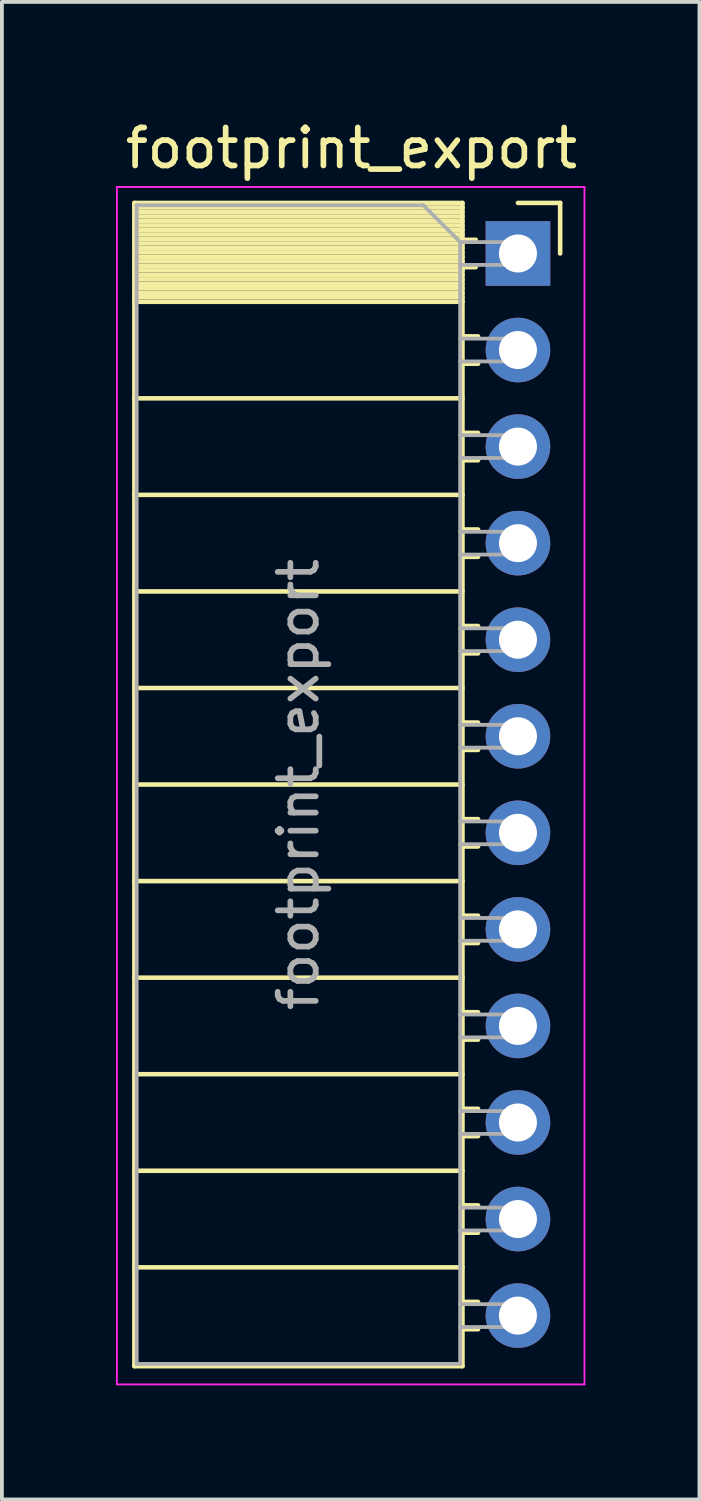
<source format=kicad_pcb>
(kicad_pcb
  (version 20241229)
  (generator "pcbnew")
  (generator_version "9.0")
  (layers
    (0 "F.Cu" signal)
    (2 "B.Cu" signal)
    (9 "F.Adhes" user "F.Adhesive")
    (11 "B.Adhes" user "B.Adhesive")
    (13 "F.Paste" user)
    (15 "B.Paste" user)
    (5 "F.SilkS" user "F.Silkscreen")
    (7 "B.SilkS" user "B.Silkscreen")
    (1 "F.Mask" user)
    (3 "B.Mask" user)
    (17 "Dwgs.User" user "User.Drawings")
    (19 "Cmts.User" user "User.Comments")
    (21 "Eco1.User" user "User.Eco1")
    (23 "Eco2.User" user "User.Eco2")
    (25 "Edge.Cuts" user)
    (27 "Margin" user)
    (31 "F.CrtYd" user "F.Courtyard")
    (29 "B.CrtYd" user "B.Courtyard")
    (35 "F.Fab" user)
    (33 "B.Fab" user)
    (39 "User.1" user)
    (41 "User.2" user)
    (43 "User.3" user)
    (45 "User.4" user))
  (footprint "footprint_export"
    (layer "F.Cu")
    (at 10.575 3.618)
    (property "Reference" "footprint_export" (at -4.38 -2.77 0) (layer "F.SilkS") (effects (font (size 1 1) (thickness 0.15))))
    (attr through_hole)
    (fp_line (start -10.09 -1.33) (end -10.09 29.27) (stroke (width 0.12) (type solid)) (layer "F.SilkS"))
    (fp_line (start -10.09 -1.33) (end -1.46 -1.33) (stroke (width 0.12) (type solid)) (layer "F.SilkS"))
    (fp_line (start -10.09 -1.21) (end -1.46 -1.21) (stroke (width 0.12) (type solid)) (layer "F.SilkS"))
    (fp_line (start -10.09 -1.092) (end -1.46 -1.092) (stroke (width 0.12) (type solid)) (layer "F.SilkS"))
    (fp_line (start -10.09 -0.974) (end -1.46 -0.974) (stroke (width 0.12) (type solid)) (layer "F.SilkS"))
    (fp_line (start -10.09 -0.856) (end -1.46 -0.856) (stroke (width 0.12) (type solid)) (layer "F.SilkS"))
    (fp_line (start -10.09 -0.738) (end -1.46 -0.738) (stroke (width 0.12) (type solid)) (layer "F.SilkS"))
    (fp_line (start -10.09 -0.62) (end -1.46 -0.62) (stroke (width 0.12) (type solid)) (layer "F.SilkS"))
    (fp_line (start -10.09 -0.501) (end -1.46 -0.501) (stroke (width 0.12) (type solid)) (layer "F.SilkS"))
    (fp_line (start -10.09 -0.383) (end -1.46 -0.383) (stroke (width 0.12) (type solid)) (layer "F.SilkS"))
    (fp_line (start -10.09 -0.265) (end -1.46 -0.265) (stroke (width 0.12) (type solid)) (layer "F.SilkS"))
    (fp_line (start -10.09 -0.147) (end -1.46 -0.147) (stroke (width 0.12) (type solid)) (layer "F.SilkS"))
    (fp_line (start -10.09 -0.029) (end -1.46 -0.029) (stroke (width 0.12) (type solid)) (layer "F.SilkS"))
    (fp_line (start -10.09 0.089) (end -1.46 0.089) (stroke (width 0.12) (type solid)) (layer "F.SilkS"))
    (fp_line (start -10.09 0.207) (end -1.46 0.207) (stroke (width 0.12) (type solid)) (layer "F.SilkS"))
    (fp_line (start -10.09 0.325) (end -1.46 0.325) (stroke (width 0.12) (type solid)) (layer "F.SilkS"))
    (fp_line (start -10.09 0.443) (end -1.46 0.443) (stroke (width 0.12) (type solid)) (layer "F.SilkS"))
    (fp_line (start -10.09 0.561) (end -1.46 0.561) (stroke (width 0.12) (type solid)) (layer "F.SilkS"))
    (fp_line (start -10.09 0.68) (end -1.46 0.68) (stroke (width 0.12) (type solid)) (layer "F.SilkS"))
    (fp_line (start -10.09 0.798) (end -1.46 0.798) (stroke (width 0.12) (type solid)) (layer "F.SilkS"))
    (fp_line (start -10.09 0.916) (end -1.46 0.916) (stroke (width 0.12) (type solid)) (layer "F.SilkS"))
    (fp_line (start -10.09 1.034) (end -1.46 1.034) (stroke (width 0.12) (type solid)) (layer "F.SilkS"))
    (fp_line (start -10.09 1.152) (end -1.46 1.152) (stroke (width 0.12) (type solid)) (layer "F.SilkS"))
    (fp_line (start -10.09 1.27) (end -1.46 1.27) (stroke (width 0.12) (type solid)) (layer "F.SilkS"))
    (fp_line (start -10.09 3.81) (end -1.46 3.81) (stroke (width 0.12) (type solid)) (layer "F.SilkS"))
    (fp_line (start -10.09 6.35) (end -1.46 6.35) (stroke (width 0.12) (type solid)) (layer "F.SilkS"))
    (fp_line (start -10.09 8.89) (end -1.46 8.89) (stroke (width 0.12) (type solid)) (layer "F.SilkS"))
    (fp_line (start -10.09 11.43) (end -1.46 11.43) (stroke (width 0.12) (type solid)) (layer "F.SilkS"))
    (fp_line (start -10.09 13.97) (end -1.46 13.97) (stroke (width 0.12) (type solid)) (layer "F.SilkS"))
    (fp_line (start -10.09 16.51) (end -1.46 16.51) (stroke (width 0.12) (type solid)) (layer "F.SilkS"))
    (fp_line (start -10.09 19.05) (end -1.46 19.05) (stroke (width 0.12) (type solid)) (layer "F.SilkS"))
    (fp_line (start -10.09 21.59) (end -1.46 21.59) (stroke (width 0.12) (type solid)) (layer "F.SilkS"))
    (fp_line (start -10.09 24.13) (end -1.46 24.13) (stroke (width 0.12) (type solid)) (layer "F.SilkS"))
    (fp_line (start -10.09 26.67) (end -1.46 26.67) (stroke (width 0.12) (type solid)) (layer "F.SilkS"))
    (fp_line (start -10.09 29.27) (end -1.46 29.27) (stroke (width 0.12) (type solid)) (layer "F.SilkS"))
    (fp_line (start -1.46 -1.33) (end -1.46 29.27) (stroke (width 0.12) (type solid)) (layer "F.SilkS"))
    (fp_line (start -1.46 -0.36) (end -1.11 -0.36) (stroke (width 0.12) (type solid)) (layer "F.SilkS"))
    (fp_line (start -1.46 0.36) (end -1.11 0.36) (stroke (width 0.12) (type solid)) (layer "F.SilkS"))
    (fp_line (start -1.46 2.18) (end -1.05 2.18) (stroke (width 0.12) (type solid)) (layer "F.SilkS"))
    (fp_line (start -1.46 2.9) (end -1.05 2.9) (stroke (width 0.12) (type solid)) (layer "F.SilkS"))
    (fp_line (start -1.46 4.72) (end -1.05 4.72) (stroke (width 0.12) (type solid)) (layer "F.SilkS"))
    (fp_line (start -1.46 5.44) (end -1.05 5.44) (stroke (width 0.12) (type solid)) (layer "F.SilkS"))
    (fp_line (start -1.46 7.26) (end -1.05 7.26) (stroke (width 0.12) (type solid)) (layer "F.SilkS"))
    (fp_line (start -1.46 7.98) (end -1.05 7.98) (stroke (width 0.12) (type solid)) (layer "F.SilkS"))
    (fp_line (start -1.46 9.8) (end -1.05 9.8) (stroke (width 0.12) (type solid)) (layer "F.SilkS"))
    (fp_line (start -1.46 10.52) (end -1.05 10.52) (stroke (width 0.12) (type solid)) (layer "F.SilkS"))
    (fp_line (start -1.46 12.34) (end -1.05 12.34) (stroke (width 0.12) (type solid)) (layer "F.SilkS"))
    (fp_line (start -1.46 13.06) (end -1.05 13.06) (stroke (width 0.12) (type solid)) (layer "F.SilkS"))
    (fp_line (start -1.46 14.88) (end -1.05 14.88) (stroke (width 0.12) (type solid)) (layer "F.SilkS"))
    (fp_line (start -1.46 15.6) (end -1.05 15.6) (stroke (width 0.12) (type solid)) (layer "F.SilkS"))
    (fp_line (start -1.46 17.42) (end -1.05 17.42) (stroke (width 0.12) (type solid)) (layer "F.SilkS"))
    (fp_line (start -1.46 18.14) (end -1.05 18.14) (stroke (width 0.12) (type solid)) (layer "F.SilkS"))
    (fp_line (start -1.46 19.96) (end -1.05 19.96) (stroke (width 0.12) (type solid)) (layer "F.SilkS"))
    (fp_line (start -1.46 20.68) (end -1.05 20.68) (stroke (width 0.12) (type solid)) (layer "F.SilkS"))
    (fp_line (start -1.46 22.5) (end -1.05 22.5) (stroke (width 0.12) (type solid)) (layer "F.SilkS"))
    (fp_line (start -1.46 23.22) (end -1.05 23.22) (stroke (width 0.12) (type solid)) (layer "F.SilkS"))
    (fp_line (start -1.46 25.04) (end -1.05 25.04) (stroke (width 0.12) (type solid)) (layer "F.SilkS"))
    (fp_line (start -1.46 25.76) (end -1.05 25.76) (stroke (width 0.12) (type solid)) (layer "F.SilkS"))
    (fp_line (start -1.46 27.58) (end -1.05 27.58) (stroke (width 0.12) (type solid)) (layer "F.SilkS"))
    (fp_line (start -1.46 28.3) (end -1.05 28.3) (stroke (width 0.12) (type solid)) (layer "F.SilkS"))
    (fp_line (start 0 -1.33) (end 1.11 -1.33) (stroke (width 0.12) (type solid)) (layer "F.SilkS"))
    (fp_line (start 1.11 -1.33) (end 1.11 0) (stroke (width 0.12) (type solid)) (layer "F.SilkS"))
    (fp_line (start -10.55 -1.75) (end -10.55 29.75) (stroke (width 0.05) (type solid)) (layer "F.CrtYd"))
    (fp_line (start -10.55 29.75) (end 1.75 29.75) (stroke (width 0.05) (type solid)) (layer "F.CrtYd"))
    (fp_line (start 1.75 -1.75) (end -10.55 -1.75) (stroke (width 0.05) (type solid)) (layer "F.CrtYd"))
    (fp_line (start 1.75 29.75) (end 1.75 -1.75) (stroke (width 0.05) (type solid)) (layer "F.CrtYd"))
    (fp_line (start -10.03 -1.27) (end -2.49 -1.27) (stroke (width 0.1) (type solid)) (layer "F.Fab"))
    (fp_line (start -10.03 29.21) (end -10.03 -1.27) (stroke (width 0.1) (type solid)) (layer "F.Fab"))
    (fp_line (start -2.49 -1.27) (end -1.52 -0.3) (stroke (width 0.1) (type solid)) (layer "F.Fab"))
    (fp_line (start -1.52 -0.3) (end -1.52 29.21) (stroke (width 0.1) (type solid)) (layer "F.Fab"))
    (fp_line (start -1.52 0.3) (end 0 0.3) (stroke (width 0.1) (type solid)) (layer "F.Fab"))
    (fp_line (start -1.52 2.84) (end 0 2.84) (stroke (width 0.1) (type solid)) (layer "F.Fab"))
    (fp_line (start -1.52 5.38) (end 0 5.38) (stroke (width 0.1) (type solid)) (layer "F.Fab"))
    (fp_line (start -1.52 7.92) (end 0 7.92) (stroke (width 0.1) (type solid)) (layer "F.Fab"))
    (fp_line (start -1.52 10.46) (end 0 10.46) (stroke (width 0.1) (type solid)) (layer "F.Fab"))
    (fp_line (start -1.52 13) (end 0 13) (stroke (width 0.1) (type solid)) (layer "F.Fab"))
    (fp_line (start -1.52 15.54) (end 0 15.54) (stroke (width 0.1) (type solid)) (layer "F.Fab"))
    (fp_line (start -1.52 18.08) (end 0 18.08) (stroke (width 0.1) (type solid)) (layer "F.Fab"))
    (fp_line (start -1.52 20.62) (end 0 20.62) (stroke (width 0.1) (type solid)) (layer "F.Fab"))
    (fp_line (start -1.52 23.16) (end 0 23.16) (stroke (width 0.1) (type solid)) (layer "F.Fab"))
    (fp_line (start -1.52 25.7) (end 0 25.7) (stroke (width 0.1) (type solid)) (layer "F.Fab"))
    (fp_line (start -1.52 28.24) (end 0 28.24) (stroke (width 0.1) (type solid)) (layer "F.Fab"))
    (fp_line (start -1.52 29.21) (end -10.03 29.21) (stroke (width 0.1) (type solid)) (layer "F.Fab"))
    (fp_line (start 0 -0.3) (end -1.52 -0.3) (stroke (width 0.1) (type solid)) (layer "F.Fab"))
    (fp_line (start 0 0.3) (end 0 -0.3) (stroke (width 0.1) (type solid)) (layer "F.Fab"))
    (fp_line (start 0 2.24) (end -1.52 2.24) (stroke (width 0.1) (type solid)) (layer "F.Fab"))
    (fp_line (start 0 2.84) (end 0 2.24) (stroke (width 0.1) (type solid)) (layer "F.Fab"))
    (fp_line (start 0 4.78) (end -1.52 4.78) (stroke (width 0.1) (type solid)) (layer "F.Fab"))
    (fp_line (start 0 5.38) (end 0 4.78) (stroke (width 0.1) (type solid)) (layer "F.Fab"))
    (fp_line (start 0 7.32) (end -1.52 7.32) (stroke (width 0.1) (type solid)) (layer "F.Fab"))
    (fp_line (start 0 7.92) (end 0 7.32) (stroke (width 0.1) (type solid)) (layer "F.Fab"))
    (fp_line (start 0 9.86) (end -1.52 9.86) (stroke (width 0.1) (type solid)) (layer "F.Fab"))
    (fp_line (start 0 10.46) (end 0 9.86) (stroke (width 0.1) (type solid)) (layer "F.Fab"))
    (fp_line (start 0 12.4) (end -1.52 12.4) (stroke (width 0.1) (type solid)) (layer "F.Fab"))
    (fp_line (start 0 13) (end 0 12.4) (stroke (width 0.1) (type solid)) (layer "F.Fab"))
    (fp_line (start 0 14.94) (end -1.52 14.94) (stroke (width 0.1) (type solid)) (layer "F.Fab"))
    (fp_line (start 0 15.54) (end 0 14.94) (stroke (width 0.1) (type solid)) (layer "F.Fab"))
    (fp_line (start 0 17.48) (end -1.52 17.48) (stroke (width 0.1) (type solid)) (layer "F.Fab"))
    (fp_line (start 0 18.08) (end 0 17.48) (stroke (width 0.1) (type solid)) (layer "F.Fab"))
    (fp_line (start 0 20.02) (end -1.52 20.02) (stroke (width 0.1) (type solid)) (layer "F.Fab"))
    (fp_line (start 0 20.62) (end 0 20.02) (stroke (width 0.1) (type solid)) (layer "F.Fab"))
    (fp_line (start 0 22.56) (end -1.52 22.56) (stroke (width 0.1) (type solid)) (layer "F.Fab"))
    (fp_line (start 0 23.16) (end 0 22.56) (stroke (width 0.1) (type solid)) (layer "F.Fab"))
    (fp_line (start 0 25.1) (end -1.52 25.1) (stroke (width 0.1) (type solid)) (layer "F.Fab"))
    (fp_line (start 0 25.7) (end 0 25.1) (stroke (width 0.1) (type solid)) (layer "F.Fab"))
    (fp_line (start 0 27.64) (end -1.52 27.64) (stroke (width 0.1) (type solid)) (layer "F.Fab"))
    (fp_line (start 0 28.24) (end 0 27.64) (stroke (width 0.1) (type solid)) (layer "F.Fab"))
    (fp_text user "${REFERENCE}" (at -5.775 13.97 90) (layer "F.Fab") (effects (font (size 1 1) (thickness 0.15))))
    (pad "1" thru_hole rect (at 0 0) (size 1.7 1.7) (drill 1) (layers "*.Cu" "*.Mask"))
    (pad "2" thru_hole oval (at 0 2.54) (size 1.7 1.7) (drill 1) (layers "*.Cu" "*.Mask"))
    (pad "3" thru_hole oval (at 0 5.08) (size 1.7 1.7) (drill 1) (layers "*.Cu" "*.Mask"))
    (pad "4" thru_hole oval (at 0 7.62) (size 1.7 1.7) (drill 1) (layers "*.Cu" "*.Mask"))
    (pad "5" thru_hole oval (at 0 10.16) (size 1.7 1.7) (drill 1) (layers "*.Cu" "*.Mask"))
    (pad "6" thru_hole oval (at 0 12.7) (size 1.7 1.7) (drill 1) (layers "*.Cu" "*.Mask"))
    (pad "7" thru_hole oval (at 0 15.24) (size 1.7 1.7) (drill 1) (layers "*.Cu" "*.Mask"))
    (pad "8" thru_hole oval (at 0 17.78) (size 1.7 1.7) (drill 1) (layers "*.Cu" "*.Mask"))
    (pad "9" thru_hole oval (at 0 20.32) (size 1.7 1.7) (drill 1) (layers "*.Cu" "*.Mask"))
    (pad "10" thru_hole oval (at 0 22.86) (size 1.7 1.7) (drill 1) (layers "*.Cu" "*.Mask"))
    (pad "11" thru_hole oval (at 0 25.4) (size 1.7 1.7) (drill 1) (layers "*.Cu" "*.Mask"))
    (pad "12" thru_hole oval (at 0 27.94) (size 1.7 1.7) (drill 1) (layers "*.Cu" "*.Mask")))
  (gr_rect
    (start -3 -3)
    (end 15.35 36.393)
    (stroke (width 0.1) (type default))
    (fill no)
    (layer "Edge.Cuts")))
</source>
